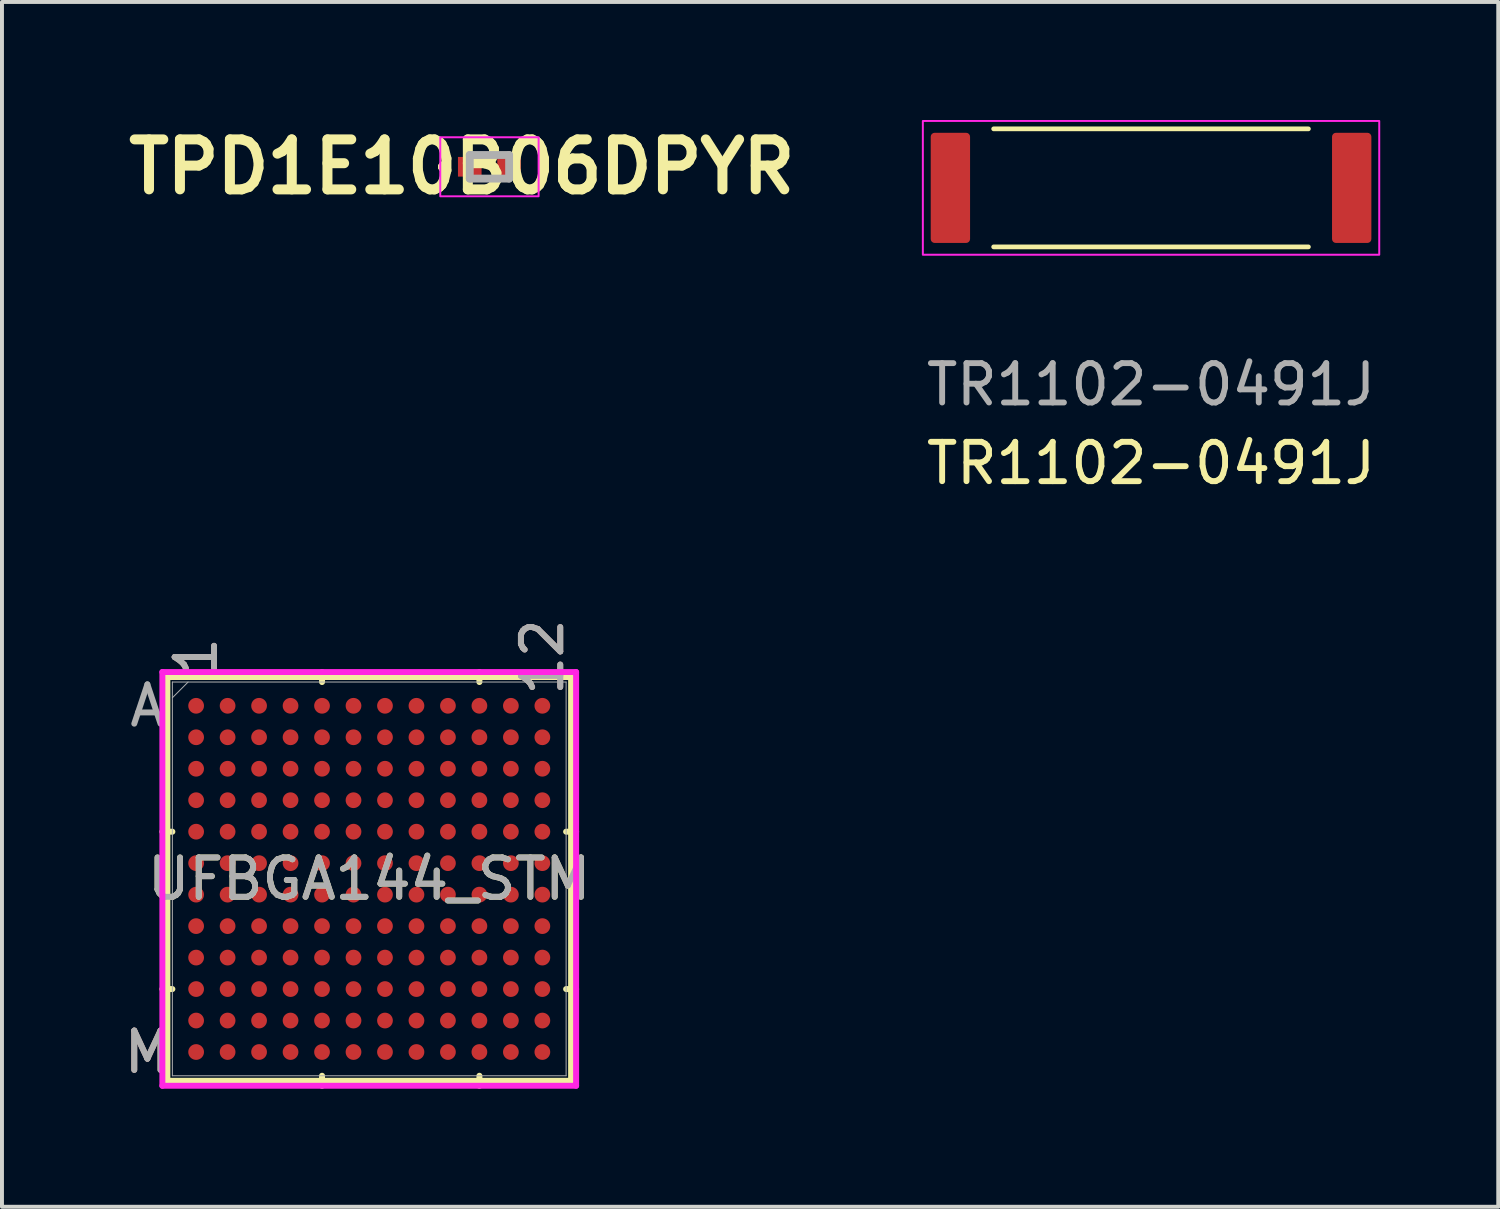
<source format=kicad_pcb>
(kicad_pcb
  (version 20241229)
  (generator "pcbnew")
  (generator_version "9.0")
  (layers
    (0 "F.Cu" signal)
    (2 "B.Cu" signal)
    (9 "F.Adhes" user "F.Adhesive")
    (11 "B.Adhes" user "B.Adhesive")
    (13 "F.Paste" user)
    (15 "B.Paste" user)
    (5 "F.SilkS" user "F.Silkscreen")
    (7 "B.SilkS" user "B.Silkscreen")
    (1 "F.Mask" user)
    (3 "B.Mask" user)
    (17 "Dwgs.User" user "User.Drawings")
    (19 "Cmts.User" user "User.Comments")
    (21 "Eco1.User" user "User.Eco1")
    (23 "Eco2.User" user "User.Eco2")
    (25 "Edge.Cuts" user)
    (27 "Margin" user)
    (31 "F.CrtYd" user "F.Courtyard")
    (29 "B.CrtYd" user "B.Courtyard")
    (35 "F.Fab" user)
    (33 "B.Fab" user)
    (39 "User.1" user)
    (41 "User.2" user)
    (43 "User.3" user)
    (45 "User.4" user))
  (footprint "TR1102-0491J"
    (layer "F.Cu")
    (at 26.206 1.725)
    (property "Reference" "TR1102-0491J" (at 0 7 0) (unlocked yes) (layer "F.SilkS") (effects (font (size 1 1) (thickness 0.15))))
    (attr smd)
    (fp_line (start -4 -1.5) (end 4 -1.5) (stroke (width 0.12) (type default)) (layer "F.SilkS"))
    (fp_line (start 4 1.5) (end -4 1.5) (stroke (width 0.12) (type default)) (layer "F.SilkS"))
    (fp_rect (start -5.8 -1.7) (end 5.8 1.7) (stroke (width 0.05) (type default)) (fill no) (layer "F.CrtYd"))
    (fp_text user "${REFERENCE}" (at 0 5 0) (unlocked yes) (layer "F.Fab") (effects (font (size 1 1) (thickness 0.15))))
    (pad "1" smd roundrect (at -5.1 0) (size 1 2.8) (layers "F.Cu" "F.Mask" "F.Paste") (roundrect_rratio 0.1))
    (pad "2" smd roundrect (at 5.1 0) (size 1 2.8) (layers "F.Cu" "F.Mask" "F.Paste") (roundrect_rratio 0.1)))
  (footprint "UFBGA144_STM"
    (layer "F.Cu")
    (at 6.335 19.289)
    (property "Reference" "UFBGA144_STM" (at 0 0 0) (unlocked yes) (layer "F.SilkS") (effects (font (size 1 1) (thickness 0.15))))
    (attr smd)
    (fp_line (start -5.131 -5.131) (end -5.131 5.131) (stroke (width 0.152) (type solid)) (layer "F.SilkS"))
    (fp_line (start -5.131 5.131) (end 5.131 5.131) (stroke (width 0.152) (type solid)) (layer "F.SilkS"))
    (fp_line (start -5.004 -1.2) (end -5.258 -1.2) (stroke (width 0.152) (type solid)) (layer "F.SilkS"))
    (fp_line (start -5.004 2.8) (end -5.258 2.8) (stroke (width 0.152) (type solid)) (layer "F.SilkS"))
    (fp_line (start -1.2 -5.004) (end -1.2 -5.258) (stroke (width 0.152) (type solid)) (layer "F.SilkS"))
    (fp_line (start -1.2 5.004) (end -1.2 5.258) (stroke (width 0.152) (type solid)) (layer "F.SilkS"))
    (fp_line (start 2.8 -5.004) (end 2.8 -5.258) (stroke (width 0.152) (type solid)) (layer "F.SilkS"))
    (fp_line (start 2.8 5.004) (end 2.8 5.258) (stroke (width 0.152) (type solid)) (layer "F.SilkS"))
    (fp_line (start 5.004 -1.2) (end 5.258 -1.2) (stroke (width 0.152) (type solid)) (layer "F.SilkS"))
    (fp_line (start 5.004 2.8) (end 5.258 2.8) (stroke (width 0.152) (type solid)) (layer "F.SilkS"))
    (fp_line (start 5.131 -5.131) (end -5.131 -5.131) (stroke (width 0.152) (type solid)) (layer "F.SilkS"))
    (fp_line (start 5.131 5.131) (end 5.131 -5.131) (stroke (width 0.152) (type solid)) (layer "F.SilkS"))
    (fp_line (start -5.258 -5.258) (end 5.258 -5.258) (stroke (width 0.152) (type solid)) (layer "F.CrtYd"))
    (fp_line (start -5.258 5.258) (end -5.258 -5.258) (stroke (width 0.152) (type solid)) (layer "F.CrtYd"))
    (fp_line (start 5.258 -5.258) (end 5.258 5.258) (stroke (width 0.152) (type solid)) (layer "F.CrtYd"))
    (fp_line (start 5.258 5.258) (end -5.258 5.258) (stroke (width 0.152) (type solid)) (layer "F.CrtYd"))
    (fp_line (start -5.004 -5.004) (end -5.004 5.004) (stroke (width 0.025) (type solid)) (layer "F.Fab"))
    (fp_line (start -5.004 5.004) (end 5.004 5.004) (stroke (width 0.025) (type solid)) (layer "F.Fab"))
    (fp_line (start -4.604 -5.004) (end -5.004 -4.604) (stroke (width 0.025) (type solid)) (layer "F.Fab"))
    (fp_line (start 5.004 -5.004) (end -5.004 -5.004) (stroke (width 0.025) (type solid)) (layer "F.Fab"))
    (fp_line (start 5.004 5.004) (end 5.004 -5.004) (stroke (width 0.025) (type solid)) (layer "F.Fab"))
    (fp_text user "M" (at -5.639 4.4 0) (unlocked yes) (layer "B.SilkS") (effects (font (size 1 1) (thickness 0.15))))
    (fp_text user "12" (at 4.4 -5.639 90) (unlocked yes) (layer "B.SilkS") (effects (font (size 1 1) (thickness 0.15))))
    (fp_text user "1" (at -4.4 -5.639 90) (unlocked yes) (layer "B.SilkS") (effects (font (size 1 1) (thickness 0.15))))
    (fp_text user "${REFERENCE}" (at 0 0 0) (unlocked yes) (layer "F.Fab") (effects (font (size 1 1) (thickness 0.15))))
    (fp_text user "1" (at -4.4 -5.639 90) (unlocked yes) (layer "F.Fab") (effects (font (size 1 1) (thickness 0.15))))
    (fp_text user "12" (at 4.4 -5.639 90) (unlocked yes) (layer "F.Fab") (effects (font (size 1 1) (thickness 0.15))))
    (fp_text user "M" (at -5.639 4.4 0) (unlocked yes) (layer "F.Fab") (effects (font (size 1 1) (thickness 0.15))))
    (fp_text user "A" (at -5.639 -4.4 0) (unlocked yes) (layer "F.Fab") (effects (font (size 1 1) (thickness 0.15))))
    (pad "A1" smd circle (at -4.4 -4.4) (size 0.4 0.4) (layers "F.Cu" "F.Mask" "F.Paste"))
    (pad "A2" smd circle (at -3.6 -4.4) (size 0.4 0.4) (layers "F.Cu" "F.Mask" "F.Paste"))
    (pad "A3" smd circle (at -2.8 -4.4) (size 0.4 0.4) (layers "F.Cu" "F.Mask" "F.Paste"))
    (pad "A4" smd circle (at -2 -4.4) (size 0.4 0.4) (layers "F.Cu" "F.Mask" "F.Paste"))
    (pad "A5" smd circle (at -1.2 -4.4) (size 0.4 0.4) (layers "F.Cu" "F.Mask" "F.Paste"))
    (pad "A6" smd circle (at -0.4 -4.4) (size 0.4 0.4) (layers "F.Cu" "F.Mask" "F.Paste"))
    (pad "A7" smd circle (at 0.4 -4.4) (size 0.4 0.4) (layers "F.Cu" "F.Mask" "F.Paste"))
    (pad "A8" smd circle (at 1.2 -4.4) (size 0.4 0.4) (layers "F.Cu" "F.Mask" "F.Paste"))
    (pad "A9" smd circle (at 2 -4.4) (size 0.4 0.4) (layers "F.Cu" "F.Mask" "F.Paste"))
    (pad "A10" smd circle (at 2.8 -4.4) (size 0.4 0.4) (layers "F.Cu" "F.Mask" "F.Paste"))
    (pad "A11" smd circle (at 3.6 -4.4) (size 0.4 0.4) (layers "F.Cu" "F.Mask" "F.Paste"))
    (pad "A12" smd circle (at 4.4 -4.4) (size 0.4 0.4) (layers "F.Cu" "F.Mask" "F.Paste"))
    (pad "B1" smd circle (at -4.4 -3.6) (size 0.4 0.4) (layers "F.Cu" "F.Mask" "F.Paste"))
    (pad "B2" smd circle (at -3.6 -3.6) (size 0.4 0.4) (layers "F.Cu" "F.Mask" "F.Paste"))
    (pad "B3" smd circle (at -2.8 -3.6) (size 0.4 0.4) (layers "F.Cu" "F.Mask" "F.Paste"))
    (pad "B4" smd circle (at -2 -3.6) (size 0.4 0.4) (layers "F.Cu" "F.Mask" "F.Paste"))
    (pad "B5" smd circle (at -1.2 -3.6) (size 0.4 0.4) (layers "F.Cu" "F.Mask" "F.Paste"))
    (pad "B6" smd circle (at -0.4 -3.6) (size 0.4 0.4) (layers "F.Cu" "F.Mask" "F.Paste"))
    (pad "B7" smd circle (at 0.4 -3.6) (size 0.4 0.4) (layers "F.Cu" "F.Mask" "F.Paste"))
    (pad "B8" smd circle (at 1.2 -3.6) (size 0.4 0.4) (layers "F.Cu" "F.Mask" "F.Paste"))
    (pad "B9" smd circle (at 2 -3.6) (size 0.4 0.4) (layers "F.Cu" "F.Mask" "F.Paste"))
    (pad "B10" smd circle (at 2.8 -3.6) (size 0.4 0.4) (layers "F.Cu" "F.Mask" "F.Paste"))
    (pad "B11" smd circle (at 3.6 -3.6) (size 0.4 0.4) (layers "F.Cu" "F.Mask" "F.Paste"))
    (pad "B12" smd circle (at 4.4 -3.6) (size 0.4 0.4) (layers "F.Cu" "F.Mask" "F.Paste"))
    (pad "C1" smd circle (at -4.4 -2.8) (size 0.4 0.4) (layers "F.Cu" "F.Mask" "F.Paste"))
    (pad "C2" smd circle (at -3.6 -2.8) (size 0.4 0.4) (layers "F.Cu" "F.Mask" "F.Paste"))
    (pad "C3" smd circle (at -2.8 -2.8) (size 0.4 0.4) (layers "F.Cu" "F.Mask" "F.Paste"))
    (pad "C4" smd circle (at -2 -2.8) (size 0.4 0.4) (layers "F.Cu" "F.Mask" "F.Paste"))
    (pad "C5" smd circle (at -1.2 -2.8) (size 0.4 0.4) (layers "F.Cu" "F.Mask" "F.Paste"))
    (pad "C6" smd circle (at -0.4 -2.8) (size 0.4 0.4) (layers "F.Cu" "F.Mask" "F.Paste"))
    (pad "C7" smd circle (at 0.4 -2.8) (size 0.4 0.4) (layers "F.Cu" "F.Mask" "F.Paste"))
    (pad "C8" smd circle (at 1.2 -2.8) (size 0.4 0.4) (layers "F.Cu" "F.Mask" "F.Paste"))
    (pad "C9" smd circle (at 2 -2.8) (size 0.4 0.4) (layers "F.Cu" "F.Mask" "F.Paste"))
    (pad "C10" smd circle (at 2.8 -2.8) (size 0.4 0.4) (layers "F.Cu" "F.Mask" "F.Paste"))
    (pad "C11" smd circle (at 3.6 -2.8) (size 0.4 0.4) (layers "F.Cu" "F.Mask" "F.Paste"))
    (pad "C12" smd circle (at 4.4 -2.8) (size 0.4 0.4) (layers "F.Cu" "F.Mask" "F.Paste"))
    (pad "D1" smd circle (at -4.4 -2) (size 0.4 0.4) (layers "F.Cu" "F.Mask" "F.Paste"))
    (pad "D2" smd circle (at -3.6 -2) (size 0.4 0.4) (layers "F.Cu" "F.Mask" "F.Paste"))
    (pad "D3" smd circle (at -2.8 -2) (size 0.4 0.4) (layers "F.Cu" "F.Mask" "F.Paste"))
    (pad "D4" smd circle (at -2 -2) (size 0.4 0.4) (layers "F.Cu" "F.Mask" "F.Paste"))
    (pad "D5" smd circle (at -1.2 -2) (size 0.4 0.4) (layers "F.Cu" "F.Mask" "F.Paste"))
    (pad "D6" smd circle (at -0.4 -2) (size 0.4 0.4) (layers "F.Cu" "F.Mask" "F.Paste"))
    (pad "D7" smd circle (at 0.4 -2) (size 0.4 0.4) (layers "F.Cu" "F.Mask" "F.Paste"))
    (pad "D8" smd circle (at 1.2 -2) (size 0.4 0.4) (layers "F.Cu" "F.Mask" "F.Paste"))
    (pad "D9" smd circle (at 2 -2) (size 0.4 0.4) (layers "F.Cu" "F.Mask" "F.Paste"))
    (pad "D10" smd circle (at 2.8 -2) (size 0.4 0.4) (layers "F.Cu" "F.Mask" "F.Paste"))
    (pad "D11" smd circle (at 3.6 -2) (size 0.4 0.4) (layers "F.Cu" "F.Mask" "F.Paste"))
    (pad "D12" smd circle (at 4.4 -2) (size 0.4 0.4) (layers "F.Cu" "F.Mask" "F.Paste"))
    (pad "E1" smd circle (at -4.4 -1.2) (size 0.4 0.4) (layers "F.Cu" "F.Mask" "F.Paste"))
    (pad "E2" smd circle (at -3.6 -1.2) (size 0.4 0.4) (layers "F.Cu" "F.Mask" "F.Paste"))
    (pad "E3" smd circle (at -2.8 -1.2) (size 0.4 0.4) (layers "F.Cu" "F.Mask" "F.Paste"))
    (pad "E4" smd circle (at -2 -1.2) (size 0.4 0.4) (layers "F.Cu" "F.Mask" "F.Paste"))
    (pad "E5" smd circle (at -1.2 -1.2) (size 0.4 0.4) (layers "F.Cu" "F.Mask" "F.Paste"))
    (pad "E6" smd circle (at -0.4 -1.2) (size 0.4 0.4) (layers "F.Cu" "F.Mask" "F.Paste"))
    (pad "E7" smd circle (at 0.4 -1.2) (size 0.4 0.4) (layers "F.Cu" "F.Mask" "F.Paste"))
    (pad "E8" smd circle (at 1.2 -1.2) (size 0.4 0.4) (layers "F.Cu" "F.Mask" "F.Paste"))
    (pad "E9" smd circle (at 2 -1.2) (size 0.4 0.4) (layers "F.Cu" "F.Mask" "F.Paste"))
    (pad "E10" smd circle (at 2.8 -1.2) (size 0.4 0.4) (layers "F.Cu" "F.Mask" "F.Paste"))
    (pad "E11" smd circle (at 3.6 -1.2) (size 0.4 0.4) (layers "F.Cu" "F.Mask" "F.Paste"))
    (pad "E12" smd circle (at 4.4 -1.2) (size 0.4 0.4) (layers "F.Cu" "F.Mask" "F.Paste"))
    (pad "F1" smd circle (at -4.4 -0.4) (size 0.4 0.4) (layers "F.Cu" "F.Mask" "F.Paste"))
    (pad "F2" smd circle (at -3.6 -0.4) (size 0.4 0.4) (layers "F.Cu" "F.Mask" "F.Paste"))
    (pad "F3" smd circle (at -2.8 -0.4) (size 0.4 0.4) (layers "F.Cu" "F.Mask" "F.Paste"))
    (pad "F4" smd circle (at -2 -0.4) (size 0.4 0.4) (layers "F.Cu" "F.Mask" "F.Paste"))
    (pad "F5" smd circle (at -1.2 -0.4) (size 0.4 0.4) (layers "F.Cu" "F.Mask" "F.Paste"))
    (pad "F6" smd circle (at -0.4 -0.4) (size 0.4 0.4) (layers "F.Cu" "F.Mask" "F.Paste"))
    (pad "F7" smd circle (at 0.4 -0.4) (size 0.4 0.4) (layers "F.Cu" "F.Mask" "F.Paste"))
    (pad "F8" smd circle (at 1.2 -0.4) (size 0.4 0.4) (layers "F.Cu" "F.Mask" "F.Paste"))
    (pad "F9" smd circle (at 2 -0.4) (size 0.4 0.4) (layers "F.Cu" "F.Mask" "F.Paste"))
    (pad "F10" smd circle (at 2.8 -0.4) (size 0.4 0.4) (layers "F.Cu" "F.Mask" "F.Paste"))
    (pad "F11" smd circle (at 3.6 -0.4) (size 0.4 0.4) (layers "F.Cu" "F.Mask" "F.Paste"))
    (pad "F12" smd circle (at 4.4 -0.4) (size 0.4 0.4) (layers "F.Cu" "F.Mask" "F.Paste"))
    (pad "G1" smd circle (at -4.4 0.4) (size 0.4 0.4) (layers "F.Cu" "F.Mask" "F.Paste"))
    (pad "G2" smd circle (at -3.6 0.4) (size 0.4 0.4) (layers "F.Cu" "F.Mask" "F.Paste"))
    (pad "G3" smd circle (at -2.8 0.4) (size 0.4 0.4) (layers "F.Cu" "F.Mask" "F.Paste"))
    (pad "G4" smd circle (at -2 0.4) (size 0.4 0.4) (layers "F.Cu" "F.Mask" "F.Paste"))
    (pad "G5" smd circle (at -1.2 0.4) (size 0.4 0.4) (layers "F.Cu" "F.Mask" "F.Paste"))
    (pad "G6" smd circle (at -0.4 0.4) (size 0.4 0.4) (layers "F.Cu" "F.Mask" "F.Paste"))
    (pad "G7" smd circle (at 0.4 0.4) (size 0.4 0.4) (layers "F.Cu" "F.Mask" "F.Paste"))
    (pad "G8" smd circle (at 1.2 0.4) (size 0.4 0.4) (layers "F.Cu" "F.Mask" "F.Paste"))
    (pad "G9" smd circle (at 2 0.4) (size 0.4 0.4) (layers "F.Cu" "F.Mask" "F.Paste"))
    (pad "G10" smd circle (at 2.8 0.4) (size 0.4 0.4) (layers "F.Cu" "F.Mask" "F.Paste"))
    (pad "G11" smd circle (at 3.6 0.4) (size 0.4 0.4) (layers "F.Cu" "F.Mask" "F.Paste"))
    (pad "G12" smd circle (at 4.4 0.4) (size 0.4 0.4) (layers "F.Cu" "F.Mask" "F.Paste"))
    (pad "H1" smd circle (at -4.4 1.2) (size 0.4 0.4) (layers "F.Cu" "F.Mask" "F.Paste"))
    (pad "H2" smd circle (at -3.6 1.2) (size 0.4 0.4) (layers "F.Cu" "F.Mask" "F.Paste"))
    (pad "H3" smd circle (at -2.8 1.2) (size 0.4 0.4) (layers "F.Cu" "F.Mask" "F.Paste"))
    (pad "H4" smd circle (at -2 1.2) (size 0.4 0.4) (layers "F.Cu" "F.Mask" "F.Paste"))
    (pad "H5" smd circle (at -1.2 1.2) (size 0.4 0.4) (layers "F.Cu" "F.Mask" "F.Paste"))
    (pad "H6" smd circle (at -0.4 1.2) (size 0.4 0.4) (layers "F.Cu" "F.Mask" "F.Paste"))
    (pad "H7" smd circle (at 0.4 1.2) (size 0.4 0.4) (layers "F.Cu" "F.Mask" "F.Paste"))
    (pad "H8" smd circle (at 1.2 1.2) (size 0.4 0.4) (layers "F.Cu" "F.Mask" "F.Paste"))
    (pad "H9" smd circle (at 2 1.2) (size 0.4 0.4) (layers "F.Cu" "F.Mask" "F.Paste"))
    (pad "H10" smd circle (at 2.8 1.2) (size 0.4 0.4) (layers "F.Cu" "F.Mask" "F.Paste"))
    (pad "H11" smd circle (at 3.6 1.2) (size 0.4 0.4) (layers "F.Cu" "F.Mask" "F.Paste"))
    (pad "H12" smd circle (at 4.4 1.2) (size 0.4 0.4) (layers "F.Cu" "F.Mask" "F.Paste"))
    (pad "J1" smd circle (at -4.4 2) (size 0.4 0.4) (layers "F.Cu" "F.Mask" "F.Paste"))
    (pad "J2" smd circle (at -3.6 2) (size 0.4 0.4) (layers "F.Cu" "F.Mask" "F.Paste"))
    (pad "J3" smd circle (at -2.8 2) (size 0.4 0.4) (layers "F.Cu" "F.Mask" "F.Paste"))
    (pad "J4" smd circle (at -2 2) (size 0.4 0.4) (layers "F.Cu" "F.Mask" "F.Paste"))
    (pad "J5" smd circle (at -1.2 2) (size 0.4 0.4) (layers "F.Cu" "F.Mask" "F.Paste"))
    (pad "J6" smd circle (at -0.4 2) (size 0.4 0.4) (layers "F.Cu" "F.Mask" "F.Paste"))
    (pad "J7" smd circle (at 0.4 2) (size 0.4 0.4) (layers "F.Cu" "F.Mask" "F.Paste"))
    (pad "J8" smd circle (at 1.2 2) (size 0.4 0.4) (layers "F.Cu" "F.Mask" "F.Paste"))
    (pad "J9" smd circle (at 2 2) (size 0.4 0.4) (layers "F.Cu" "F.Mask" "F.Paste"))
    (pad "J10" smd circle (at 2.8 2) (size 0.4 0.4) (layers "F.Cu" "F.Mask" "F.Paste"))
    (pad "J11" smd circle (at 3.6 2) (size 0.4 0.4) (layers "F.Cu" "F.Mask" "F.Paste"))
    (pad "J12" smd circle (at 4.4 2) (size 0.4 0.4) (layers "F.Cu" "F.Mask" "F.Paste"))
    (pad "K1" smd circle (at -4.4 2.8) (size 0.4 0.4) (layers "F.Cu" "F.Mask" "F.Paste"))
    (pad "K2" smd circle (at -3.6 2.8) (size 0.4 0.4) (layers "F.Cu" "F.Mask" "F.Paste"))
    (pad "K3" smd circle (at -2.8 2.8) (size 0.4 0.4) (layers "F.Cu" "F.Mask" "F.Paste"))
    (pad "K4" smd circle (at -2 2.8) (size 0.4 0.4) (layers "F.Cu" "F.Mask" "F.Paste"))
    (pad "K5" smd circle (at -1.2 2.8) (size 0.4 0.4) (layers "F.Cu" "F.Mask" "F.Paste"))
    (pad "K6" smd circle (at -0.4 2.8) (size 0.4 0.4) (layers "F.Cu" "F.Mask" "F.Paste"))
    (pad "K7" smd circle (at 0.4 2.8) (size 0.4 0.4) (layers "F.Cu" "F.Mask" "F.Paste"))
    (pad "K8" smd circle (at 1.2 2.8) (size 0.4 0.4) (layers "F.Cu" "F.Mask" "F.Paste"))
    (pad "K9" smd circle (at 2 2.8) (size 0.4 0.4) (layers "F.Cu" "F.Mask" "F.Paste"))
    (pad "K10" smd circle (at 2.8 2.8) (size 0.4 0.4) (layers "F.Cu" "F.Mask" "F.Paste"))
    (pad "K11" smd circle (at 3.6 2.8) (size 0.4 0.4) (layers "F.Cu" "F.Mask" "F.Paste"))
    (pad "K12" smd circle (at 4.4 2.8) (size 0.4 0.4) (layers "F.Cu" "F.Mask" "F.Paste"))
    (pad "L1" smd circle (at -4.4 3.6) (size 0.4 0.4) (layers "F.Cu" "F.Mask" "F.Paste"))
    (pad "L2" smd circle (at -3.6 3.6) (size 0.4 0.4) (layers "F.Cu" "F.Mask" "F.Paste"))
    (pad "L3" smd circle (at -2.8 3.6) (size 0.4 0.4) (layers "F.Cu" "F.Mask" "F.Paste"))
    (pad "L4" smd circle (at -2 3.6) (size 0.4 0.4) (layers "F.Cu" "F.Mask" "F.Paste"))
    (pad "L5" smd circle (at -1.2 3.6) (size 0.4 0.4) (layers "F.Cu" "F.Mask" "F.Paste"))
    (pad "L6" smd circle (at -0.4 3.6) (size 0.4 0.4) (layers "F.Cu" "F.Mask" "F.Paste"))
    (pad "L7" smd circle (at 0.4 3.6) (size 0.4 0.4) (layers "F.Cu" "F.Mask" "F.Paste"))
    (pad "L8" smd circle (at 1.2 3.6) (size 0.4 0.4) (layers "F.Cu" "F.Mask" "F.Paste"))
    (pad "L9" smd circle (at 2 3.6) (size 0.4 0.4) (layers "F.Cu" "F.Mask" "F.Paste"))
    (pad "L10" smd circle (at 2.8 3.6) (size 0.4 0.4) (layers "F.Cu" "F.Mask" "F.Paste"))
    (pad "L11" smd circle (at 3.6 3.6) (size 0.4 0.4) (layers "F.Cu" "F.Mask" "F.Paste"))
    (pad "L12" smd circle (at 4.4 3.6) (size 0.4 0.4) (layers "F.Cu" "F.Mask" "F.Paste"))
    (pad "M1" smd circle (at -4.4 4.4) (size 0.4 0.4) (layers "F.Cu" "F.Mask" "F.Paste"))
    (pad "M2" smd circle (at -3.6 4.4) (size 0.4 0.4) (layers "F.Cu" "F.Mask" "F.Paste"))
    (pad "M3" smd circle (at -2.8 4.4) (size 0.4 0.4) (layers "F.Cu" "F.Mask" "F.Paste"))
    (pad "M4" smd circle (at -2 4.4) (size 0.4 0.4) (layers "F.Cu" "F.Mask" "F.Paste"))
    (pad "M5" smd circle (at -1.2 4.4) (size 0.4 0.4) (layers "F.Cu" "F.Mask" "F.Paste"))
    (pad "M6" smd circle (at -0.4 4.4) (size 0.4 0.4) (layers "F.Cu" "F.Mask" "F.Paste"))
    (pad "M7" smd circle (at 0.4 4.4) (size 0.4 0.4) (layers "F.Cu" "F.Mask" "F.Paste"))
    (pad "M8" smd circle (at 1.2 4.4) (size 0.4 0.4) (layers "F.Cu" "F.Mask" "F.Paste"))
    (pad "M9" smd circle (at 2 4.4) (size 0.4 0.4) (layers "F.Cu" "F.Mask" "F.Paste"))
    (pad "M10" smd circle (at 2.8 4.4) (size 0.4 0.4) (layers "F.Cu" "F.Mask" "F.Paste"))
    (pad "M11" smd circle (at 3.6 4.4) (size 0.4 0.4) (layers "F.Cu" "F.Mask" "F.Paste"))
    (pad "M12" smd circle (at 4.4 4.4) (size 0.4 0.4) (layers "F.Cu" "F.Mask" "F.Paste")))
  (footprint "TPD1E10B06DPYR"
    (layer "F.Cu")
    (at 9.39 1.189)
    (property "Reference" "TPD1E10B06DPYR" (at -0.7 0 0) (layer "F.SilkS") (effects (font (size 1.27 1.27) (thickness 0.254))))
    (attr smd)
    (fp_line (start -1.204 0) (end -1.204 0) (stroke (width 0.2) (type solid)) (layer "F.SilkS"))
    (fp_line (start -1.204 0) (end -1.204 0) (stroke (width 0.2) (type solid)) (layer "F.SilkS"))
    (fp_line (start -1.104 0) (end -1.104 0) (stroke (width 0.2) (type solid)) (layer "F.SilkS"))
    (fp_arc (start -1.204 0) (mid -1.154 -0.05) (end -1.104 0) (stroke (width 0.2) (type solid)) (layer "F.SilkS"))
    (fp_arc (start -1.104 0) (mid -1.154 0.05) (end -1.204 0) (stroke (width 0.2) (type solid)) (layer "F.SilkS"))
    (fp_arc (start -1.104 0) (mid -1.154 0.05) (end -1.204 0) (stroke (width 0.2) (type solid)) (layer "F.SilkS"))
    (fp_rect (start 1.25 -0.75) (end -1.25 0.75) (stroke (width 0.05) (type default)) (fill no) (layer "F.CrtYd"))
    (fp_line (start -0.5 -0.3) (end -0.5 0.3) (stroke (width 0.2) (type solid)) (layer "F.Fab"))
    (fp_line (start -0.5 0.3) (end 0.5 0.3) (stroke (width 0.2) (type solid)) (layer "F.Fab"))
    (fp_line (start 0.5 -0.3) (end -0.5 -0.3) (stroke (width 0.2) (type solid)) (layer "F.Fab"))
    (fp_line (start 0.5 0.3) (end 0.5 -0.3) (stroke (width 0.2) (type solid)) (layer "F.Fab"))
    (pad "1" smd rect (at -0.5 0 90) (size 0.5 0.6) (layers "F.Cu" "F.Mask" "F.Paste"))
    (pad "2" smd rect (at 0.5 0 90) (size 0.5 0.6) (layers "F.Cu" "F.Mask" "F.Paste")))
  (gr_rect
    (start -3 -3)
    (end 35.031 27.623)
    (stroke (width 0.1) (type default))
    (fill no)
    (layer "Edge.Cuts")))
</source>
